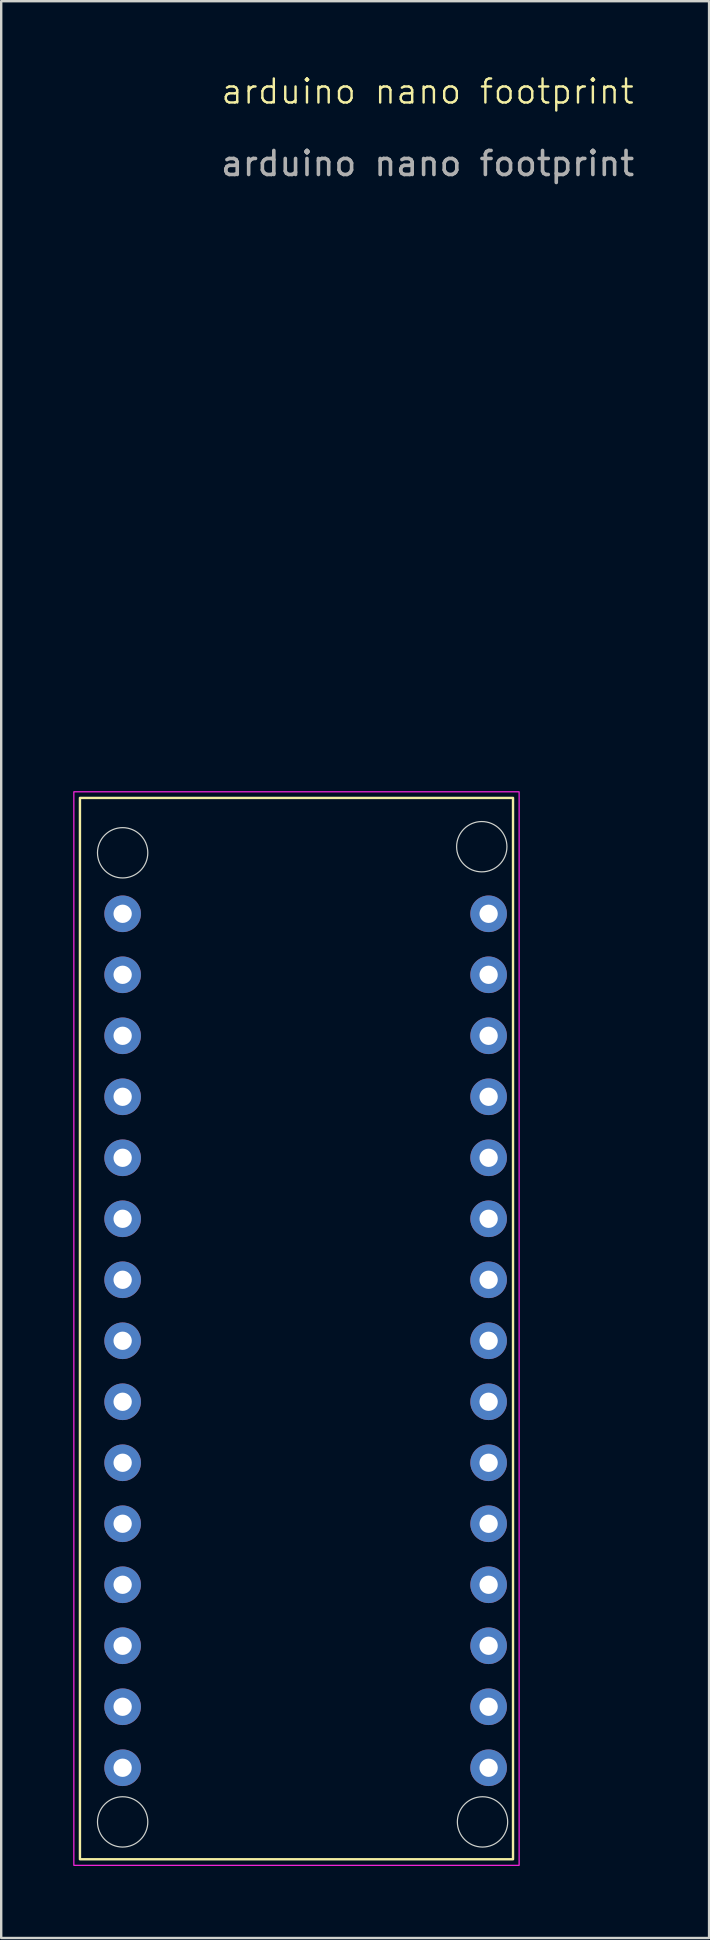
<source format=kicad_pcb>
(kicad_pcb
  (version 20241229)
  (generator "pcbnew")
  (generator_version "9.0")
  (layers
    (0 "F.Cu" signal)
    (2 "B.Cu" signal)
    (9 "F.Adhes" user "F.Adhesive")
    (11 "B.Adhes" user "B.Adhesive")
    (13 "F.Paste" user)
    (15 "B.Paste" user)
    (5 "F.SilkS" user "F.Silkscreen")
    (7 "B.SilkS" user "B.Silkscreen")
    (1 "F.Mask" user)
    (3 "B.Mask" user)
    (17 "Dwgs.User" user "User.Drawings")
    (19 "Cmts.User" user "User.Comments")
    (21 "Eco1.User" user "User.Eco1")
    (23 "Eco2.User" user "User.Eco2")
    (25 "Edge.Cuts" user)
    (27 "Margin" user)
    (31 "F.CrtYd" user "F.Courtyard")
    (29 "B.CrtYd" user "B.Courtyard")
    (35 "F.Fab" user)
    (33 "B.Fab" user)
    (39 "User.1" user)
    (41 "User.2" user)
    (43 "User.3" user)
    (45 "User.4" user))
  (footprint "arduino nano footprint"
    (layer "F.Cu")
    (at 9.677 52.782)
    (property "Reference" "arduino nano footprint" (at 5.08 -52.022 0) (unlocked yes) (layer "F.SilkS") (effects (font (size 1 1) (thickness 0.1))))
    (attr through_hole)
    (fp_rect (start -9.398 -22.606) (end 8.636 21.59) (stroke (width 0.1) (type default)) (fill no) (layer "F.SilkS"))
    (fp_circle (center -7.62 -20.32) (end -6.604 -20.574) (stroke (width 0.05) (type default)) (fill no) (layer "Edge.Cuts"))
    (fp_circle (center -7.62 20.035) (end -6.604 19.781) (stroke (width 0.05) (type default)) (fill no) (layer "Edge.Cuts"))
    (fp_circle (center 7.335 -20.574) (end 8.351 -20.828) (stroke (width 0.05) (type default)) (fill no) (layer "Edge.Cuts"))
    (fp_circle (center 7.366 20.035) (end 8.382 19.781) (stroke (width 0.05) (type default)) (fill no) (layer "Edge.Cuts"))
    (fp_rect (start -9.652 -22.86) (end 8.89 21.844) (stroke (width 0.05) (type default)) (fill no) (layer "F.CrtYd"))
    (fp_text user "${REFERENCE}" (at 5.08 -49.022 0) (unlocked yes) (layer "F.Fab") (effects (font (size 1 1) (thickness 0.15))))
    (pad "1" thru_hole circle (at 7.62 17.78) (size 1.524 1.524) (drill 0.762) (layers "*.Cu" "*.Mask"))
    (pad "2" thru_hole circle (at 7.62 15.24) (size 1.524 1.524) (drill 0.762) (layers "*.Cu" "*.Mask"))
    (pad "3" thru_hole circle (at 7.62 12.7) (size 1.524 1.524) (drill 0.762) (layers "*.Cu" "*.Mask"))
    (pad "4" thru_hole circle (at 7.62 10.16) (size 1.524 1.524) (drill 0.762) (layers "*.Cu" "*.Mask"))
    (pad "5" thru_hole circle (at 7.62 7.62) (size 1.524 1.524) (drill 0.762) (layers "*.Cu" "*.Mask"))
    (pad "6" thru_hole circle (at 7.62 5.08) (size 1.524 1.524) (drill 0.762) (layers "*.Cu" "*.Mask"))
    (pad "7" thru_hole circle (at 7.62 2.54) (size 1.524 1.524) (drill 0.762) (layers "*.Cu" "*.Mask"))
    (pad "8" thru_hole circle (at 7.62 0) (size 1.524 1.524) (drill 0.762) (layers "*.Cu" "*.Mask"))
    (pad "9" thru_hole circle (at 7.62 -2.54) (size 1.524 1.524) (drill 0.762) (layers "*.Cu" "*.Mask"))
    (pad "10" thru_hole circle (at 7.62 -5.08 90) (size 1.524 1.524) (drill 0.762) (layers "*.Cu" "*.Mask"))
    (pad "11" thru_hole circle (at 7.62 -7.62) (size 1.524 1.524) (drill 0.762) (layers "*.Cu" "*.Mask"))
    (pad "12" thru_hole circle (at 7.62 -10.16) (size 1.524 1.524) (drill 0.762) (layers "*.Cu" "*.Mask"))
    (pad "13" thru_hole circle (at 7.62 -12.7) (size 1.524 1.524) (drill 0.762) (layers "*.Cu" "*.Mask"))
    (pad "14" thru_hole circle (at 7.62 -15.24) (size 1.524 1.524) (drill 0.762) (layers "*.Cu" "*.Mask"))
    (pad "15" thru_hole circle (at 7.62 -17.78) (size 1.524 1.524) (drill 0.762) (layers "*.Cu" "*.Mask"))
    (pad "16" thru_hole circle (at -7.62 -17.78) (size 1.524 1.524) (drill 0.762) (layers "*.Cu" "*.Mask"))
    (pad "17" thru_hole circle (at -7.62 -15.24) (size 1.524 1.524) (drill 0.762) (layers "*.Cu" "*.Mask"))
    (pad "18" thru_hole circle (at -7.62 -12.7) (size 1.524 1.524) (drill 0.762) (layers "*.Cu" "*.Mask"))
    (pad "19" thru_hole circle (at -7.62 -10.16) (size 1.524 1.524) (drill 0.762) (layers "*.Cu" "*.Mask"))
    (pad "20" thru_hole circle (at -7.62 -7.62) (size 1.524 1.524) (drill 0.762) (layers "*.Cu" "*.Mask"))
    (pad "21" thru_hole circle (at -7.62 -5.08) (size 1.524 1.524) (drill 0.762) (layers "*.Cu" "*.Mask"))
    (pad "22" thru_hole circle (at -7.62 -2.54) (size 1.524 1.524) (drill 0.762) (layers "*.Cu" "*.Mask"))
    (pad "23" thru_hole circle (at -7.62 0) (size 1.524 1.524) (drill 0.762) (layers "*.Cu" "*.Mask"))
    (pad "24" thru_hole circle (at -7.62 2.54) (size 1.524 1.524) (drill 0.762) (layers "*.Cu" "*.Mask"))
    (pad "25" thru_hole circle (at -7.62 5.08 90) (size 1.524 1.524) (drill 0.762) (layers "*.Cu" "*.Mask"))
    (pad "26" thru_hole circle (at -7.62 7.62) (size 1.524 1.524) (drill 0.762) (layers "*.Cu" "*.Mask"))
    (pad "27" thru_hole circle (at -7.62 10.16) (size 1.524 1.524) (drill 0.762) (layers "*.Cu" "*.Mask"))
    (pad "28" thru_hole circle (at -7.62 12.7) (size 1.524 1.524) (drill 0.762) (layers "*.Cu" "*.Mask"))
    (pad "29" thru_hole circle (at -7.62 15.24 90) (size 1.524 1.524) (drill 0.762) (layers "*.Cu" "*.Mask"))
    (pad "30" thru_hole circle (at -7.62 17.78) (size 1.524 1.524) (drill 0.762) (layers "*.Cu" "*.Mask")))
  (gr_rect
    (start -3 -3)
    (end 26.477 77.651)
    (stroke (width 0.1) (type default))
    (fill no)
    (layer "Edge.Cuts")))
</source>
